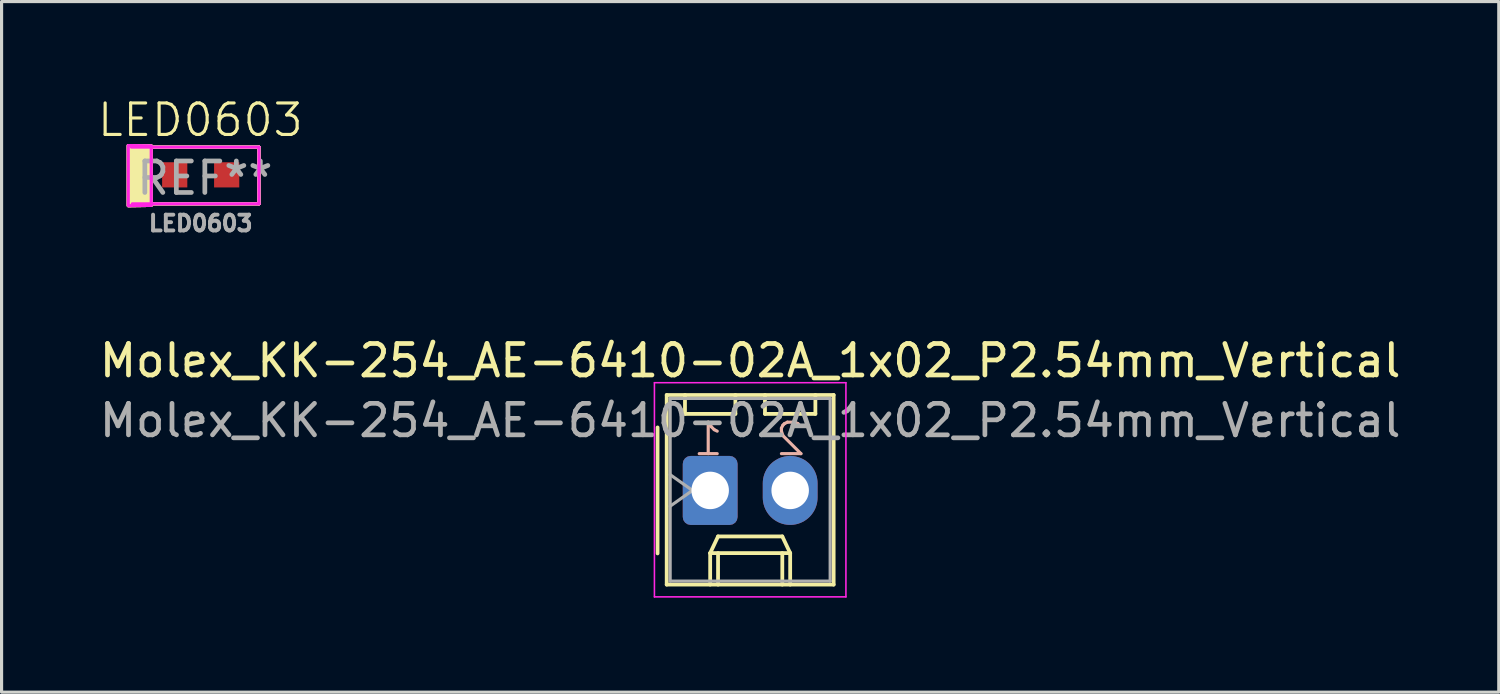
<source format=kicad_pcb>
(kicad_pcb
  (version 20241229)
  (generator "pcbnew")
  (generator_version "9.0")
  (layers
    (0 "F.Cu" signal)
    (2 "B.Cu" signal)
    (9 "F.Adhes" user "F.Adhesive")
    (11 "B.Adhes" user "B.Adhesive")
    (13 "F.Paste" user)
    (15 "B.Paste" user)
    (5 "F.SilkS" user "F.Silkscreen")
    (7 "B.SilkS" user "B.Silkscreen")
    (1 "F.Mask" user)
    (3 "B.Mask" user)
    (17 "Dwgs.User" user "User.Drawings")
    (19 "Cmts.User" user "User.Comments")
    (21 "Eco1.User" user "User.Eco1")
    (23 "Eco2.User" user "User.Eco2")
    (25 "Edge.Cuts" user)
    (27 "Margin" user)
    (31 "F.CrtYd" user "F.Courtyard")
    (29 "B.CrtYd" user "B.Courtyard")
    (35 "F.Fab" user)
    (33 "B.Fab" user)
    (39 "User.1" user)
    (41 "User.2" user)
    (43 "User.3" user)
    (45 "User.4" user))
  (footprint "Molex_KK-254_AE-6410-02A_1x02_P2.54mm_Vertical"
    (layer "F.Cu")
    (at 19.498 12.521)
    (property "Reference" "Molex_KK-254_AE-6410-02A_1x02_P2.54mm_Vertical" (at 1.27 -4.12 0) (layer "F.SilkS") (effects (font (size 1 1) (thickness 0.15))))
    (attr through_hole)
    (fp_line (start -1.67 -2) (end -1.67 2) (stroke (width 0.12) (type solid)) (layer "F.SilkS"))
    (fp_line (start -1.38 -3.03) (end -1.38 2.99) (stroke (width 0.12) (type solid)) (layer "F.SilkS"))
    (fp_line (start -1.38 2.99) (end 3.92 2.99) (stroke (width 0.12) (type solid)) (layer "F.SilkS"))
    (fp_line (start -0.8 -3.03) (end -0.8 -2.43) (stroke (width 0.12) (type solid)) (layer "F.SilkS"))
    (fp_line (start -0.8 -2.43) (end 0.8 -2.43) (stroke (width 0.12) (type solid)) (layer "F.SilkS"))
    (fp_line (start 0 1.99) (end 0.25 1.46) (stroke (width 0.12) (type solid)) (layer "F.SilkS"))
    (fp_line (start 0 1.99) (end 2.54 1.99) (stroke (width 0.12) (type solid)) (layer "F.SilkS"))
    (fp_line (start 0 2.99) (end 0 1.99) (stroke (width 0.12) (type solid)) (layer "F.SilkS"))
    (fp_line (start 0.25 1.46) (end 2.29 1.46) (stroke (width 0.12) (type solid)) (layer "F.SilkS"))
    (fp_line (start 0.25 2.99) (end 0.25 1.99) (stroke (width 0.12) (type solid)) (layer "F.SilkS"))
    (fp_line (start 0.8 -2.43) (end 0.8 -3.03) (stroke (width 0.12) (type solid)) (layer "F.SilkS"))
    (fp_line (start 1.74 -3.03) (end 1.74 -2.43) (stroke (width 0.12) (type solid)) (layer "F.SilkS"))
    (fp_line (start 1.74 -2.43) (end 3.34 -2.43) (stroke (width 0.12) (type solid)) (layer "F.SilkS"))
    (fp_line (start 2.29 1.46) (end 2.54 1.99) (stroke (width 0.12) (type solid)) (layer "F.SilkS"))
    (fp_line (start 2.29 2.99) (end 2.29 1.99) (stroke (width 0.12) (type solid)) (layer "F.SilkS"))
    (fp_line (start 2.54 1.99) (end 2.54 2.99) (stroke (width 0.12) (type solid)) (layer "F.SilkS"))
    (fp_line (start 3.34 -2.43) (end 3.34 -3.03) (stroke (width 0.12) (type solid)) (layer "F.SilkS"))
    (fp_line (start 3.92 -3.03) (end -1.38 -3.03) (stroke (width 0.12) (type solid)) (layer "F.SilkS"))
    (fp_line (start 3.92 2.99) (end 3.92 -3.03) (stroke (width 0.12) (type solid)) (layer "F.SilkS"))
    (fp_line (start -1.77 -3.42) (end -1.77 3.38) (stroke (width 0.05) (type solid)) (layer "F.CrtYd"))
    (fp_line (start -1.77 3.38) (end 4.31 3.38) (stroke (width 0.05) (type solid)) (layer "F.CrtYd"))
    (fp_line (start 4.31 -3.42) (end -1.77 -3.42) (stroke (width 0.05) (type solid)) (layer "F.CrtYd"))
    (fp_line (start 4.31 3.38) (end 4.31 -3.42) (stroke (width 0.05) (type solid)) (layer "F.CrtYd"))
    (fp_line (start -1.27 -2.92) (end -1.27 2.88) (stroke (width 0.1) (type solid)) (layer "F.Fab"))
    (fp_line (start -1.27 -0.5) (end -0.563 0) (stroke (width 0.1) (type solid)) (layer "F.Fab"))
    (fp_line (start -1.27 2.88) (end 3.81 2.88) (stroke (width 0.1) (type solid)) (layer "F.Fab"))
    (fp_line (start -0.563 0) (end -1.27 0.5) (stroke (width 0.1) (type solid)) (layer "F.Fab"))
    (fp_line (start 3.81 -2.92) (end -1.27 -2.92) (stroke (width 0.1) (type solid)) (layer "F.Fab"))
    (fp_line (start 3.81 2.88) (end 3.81 -2.92) (stroke (width 0.1) (type solid)) (layer "F.Fab"))
    (fp_text user "2" (at 3.09 -1.04 0) (unlocked yes) (layer "B.SilkS") (effects (font (size 1 1) (thickness 0.1)) (justify left bottom mirror)))
    (fp_text user "1" (at 0.48 -1.04 0) (unlocked yes) (layer "B.SilkS") (effects (font (size 1 1) (thickness 0.1)) (justify left bottom mirror)))
    (fp_text user "${REFERENCE}" (at 1.27 -2.22 0) (layer "F.Fab") (effects (font (size 1 1) (thickness 0.15))))
    (pad "1" thru_hole roundrect (at 0 0) (size 1.74 2.19) (drill 1.19) (layers "*.Cu" "*.Mask") (roundrect_rratio 0.144))
    (pad "2" thru_hole oval (at 2.54 0) (size 1.74 2.19) (drill 1.19) (layers "*.Cu" "*.Mask")))
  (footprint "LED0603"
    (layer "F.Cu")
    (at 3.322 2.501)
    (property "Reference" "LED0603" (at -0.01 -1.74 0) (unlocked yes) (layer "F.SilkS") (effects (font (size 1 1) (thickness 0.1))))
    (attr smd)
    (fp_line (start 1.85 -0.88) (end -2.2 -0.88) (stroke (width 0.1) (type default)) (layer "F.SilkS"))
    (fp_line (start 1.85 -0.88) (end -2.2 -0.88) (stroke (width 0.1) (type default)) (layer "F.SilkS"))
    (fp_line (start 1.85 -0.88) (end -2.2 -0.88) (stroke (width 0.1) (type default)) (layer "F.SilkS"))
    (fp_line (start 1.85 -0.88) (end 1.85 0.92) (stroke (width 0.1) (type default)) (layer "F.SilkS"))
    (fp_line (start 1.85 -0.88) (end 1.85 0.92) (stroke (width 0.1) (type default)) (layer "F.SilkS"))
    (fp_line (start 1.85 -0.88) (end 1.85 0.92) (stroke (width 0.1) (type default)) (layer "F.SilkS"))
    (fp_line (start 1.85 0.92) (end -2.17 0.92) (stroke (width 0.1) (type default)) (layer "F.SilkS"))
    (fp_line (start 1.85 0.92) (end -2.17 0.92) (stroke (width 0.1) (type default)) (layer "F.SilkS"))
    (fp_line (start 1.85 0.92) (end -2.17 0.92) (stroke (width 0.1) (type default)) (layer "F.SilkS"))
    (fp_poly (pts (xy -1.57 -0.92) (xy -2.3 -0.93) (xy -2.3 0.98) (xy -1.57 0.97)) (stroke (width 0.1) (type solid)) (fill yes) (layer "F.SilkS"))
    (fp_poly (pts (xy -1.57 -0.92) (xy -2.3 -0.93) (xy -2.3 0.98) (xy -1.57 0.97)) (stroke (width 0.1) (type solid)) (fill yes) (layer "F.SilkS"))
    (fp_poly (pts (xy -1.57 -0.92) (xy -2.3 -0.93) (xy -2.3 0.98) (xy -1.57 0.97)) (stroke (width 0.1) (type solid)) (fill yes) (layer "F.SilkS"))
    (fp_line (start 1.85 -0.88) (end -2.2 -0.88) (stroke (width 0.1) (type default)) (layer "F.CrtYd"))
    (fp_line (start 1.85 -0.88) (end 1.85 0.92) (stroke (width 0.1) (type default)) (layer "F.CrtYd"))
    (fp_line (start 1.85 0.92) (end -2.17 0.92) (stroke (width 0.1) (type default)) (layer "F.CrtYd"))
    (fp_poly (pts (xy -1.57 -0.92) (xy -2.3 -0.93) (xy -2.3 0.98) (xy -1.57 0.97)) (stroke (width 0.1) (type solid)) (fill no) (layer "F.CrtYd"))
    (fp_text user "${REFERENCE}" (at 0 1.54 0) (unlocked yes) (layer "F.Fab") (effects (font (size 0.5 0.5) (thickness 0.125))))
    (fp_text user "REF**" (at -2.11 0.69 0) (unlocked yes) (layer "F.Fab") (effects (font (size 1 1) (thickness 0.15)) (justify left bottom)))
    (pad "A" smd rect (at 0.825 0) (size 0.8 0.8) (layers "F.Cu" "F.Mask" "F.Paste"))
    (pad "C" smd rect (at -0.825 0) (size 0.8 0.8) (layers "F.Cu" "F.Mask" "F.Paste")))
  (gr_rect
    (start -3 -3)
    (end 44.536 18.926)
    (stroke (width 0.1) (type default))
    (fill no)
    (layer "Edge.Cuts")))
</source>
